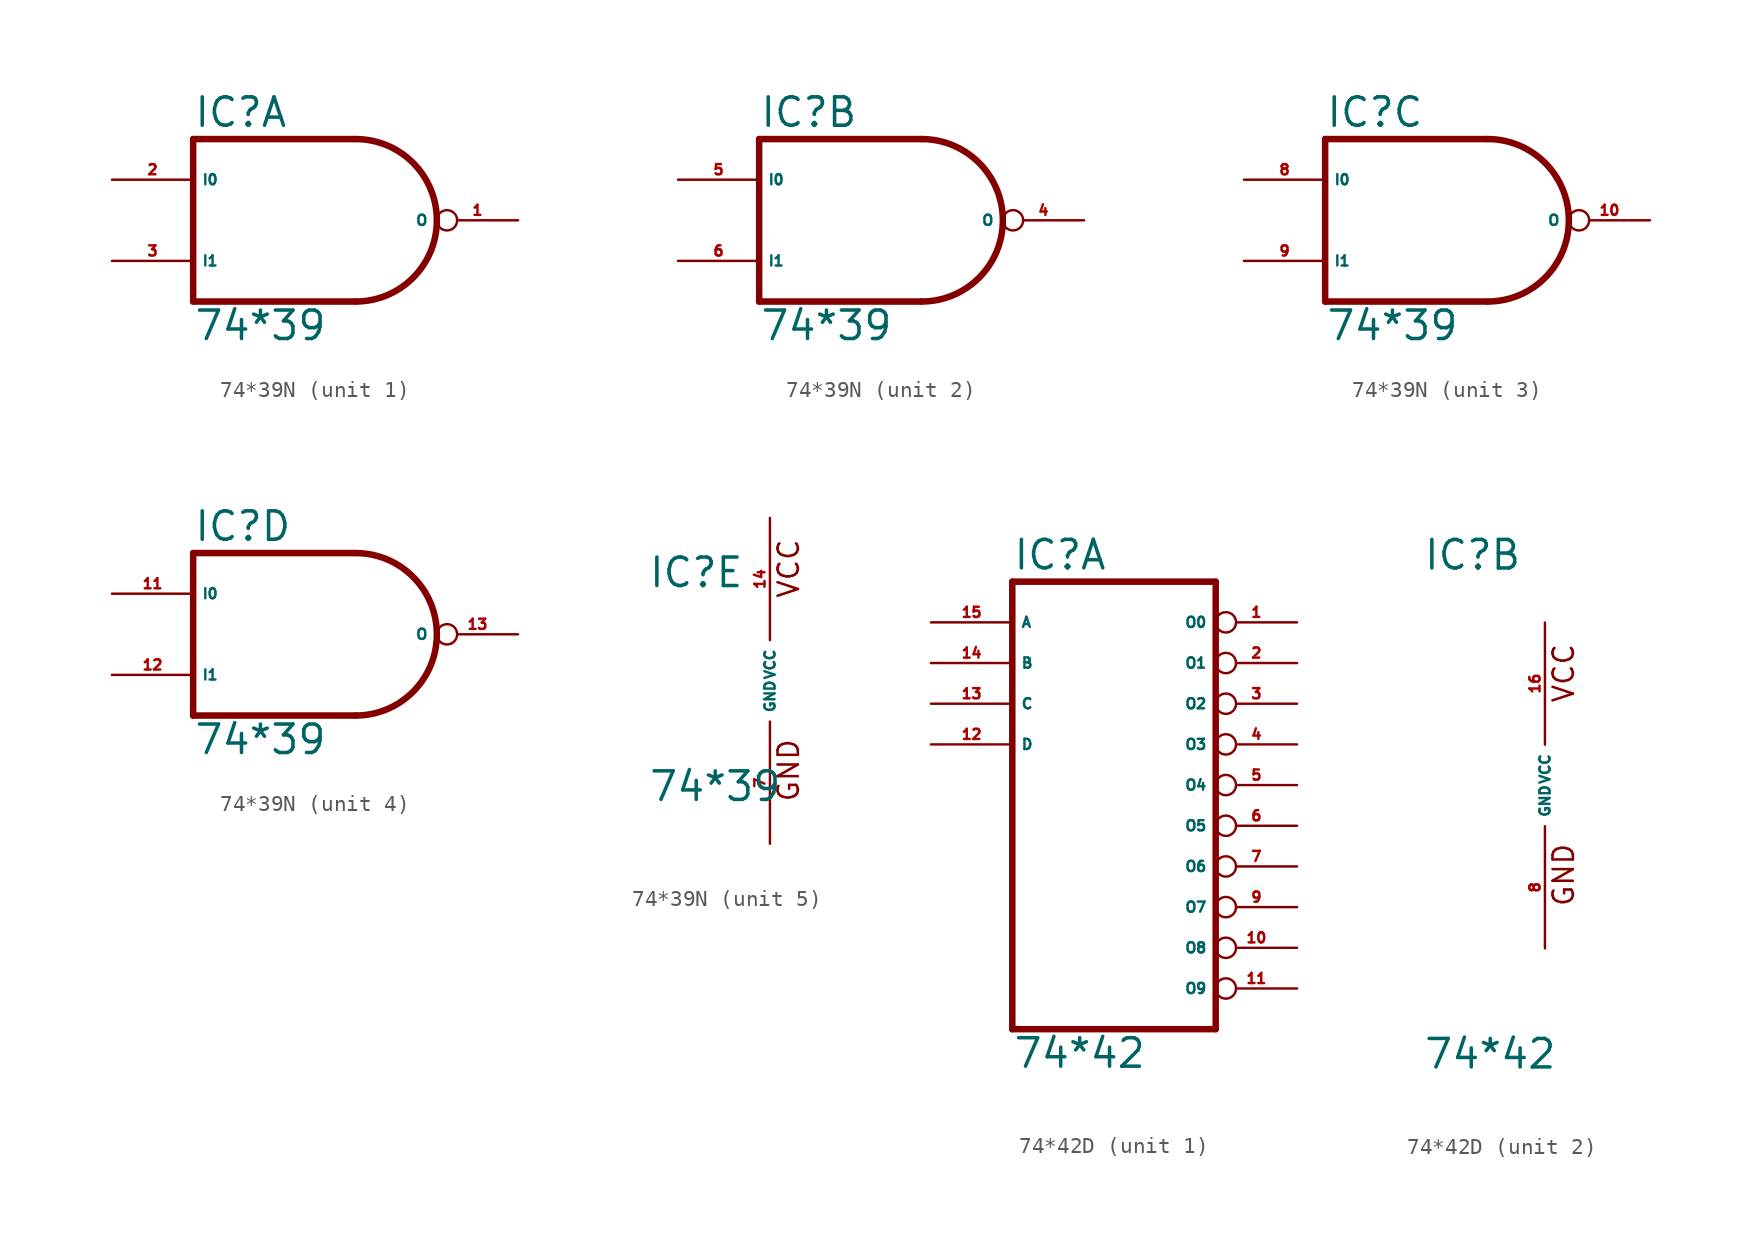
<source format=kicad_sym>
(kicad_symbol_lib
  (version 20220914)
  (generator Eagle2Kicad)
  (symbol "74*39N"
    (property "Reference" "IC"
      (at -7.62 5.715 0)
      (effects (font (size 1.778 1.778) (thickness 0.22)) (justify left bottom)))
    (property "Value" "74*39"
      (at -7.62 -7.62 0)
      (effects (font (size 1.778 1.778) (thickness 0.22)) (justify left bottom)))
    (symbol "74*39N_1_0"
      (polyline (pts (xy 2.54 5.08) (xy -7.62 5.08)) (stroke (width 0.406) (type default)) (fill (type none)))
      (polyline (pts (xy -7.62 5.08) (xy -7.62 -5.08)) (stroke (width 0.406) (type default)) (fill (type none)))
      (polyline (pts (xy -7.62 -5.08) (xy 2.54 -5.08)) (stroke (width 0.406) (type default)) (fill (type none)))
      (arc (start 2.54 -5.08) (mid 7.620 0.000) (end 2.54 5.08) (stroke (width 0.4064) (type default)) (fill (type none)))
      (pin open_collector inverted (at 12.7 0 180) (length 5.08) (name "O" (effects (font (size 0.635 0.635) (thickness 0.08)) (justify left bottom))) (number "1" (effects (font (size 0.635 0.635) (thickness 0.08)) (justify left bottom))))
      (pin input line (at -12.7 2.54 0) (length 5.08) (name "I0" (effects (font (size 0.635 0.635) (thickness 0.08)) (justify left bottom))) (number "2" (effects (font (size 0.635 0.635) (thickness 0.08)) (justify left bottom))))
      (pin input line (at -12.7 -2.54 0) (length 5.08) (name "I1" (effects (font (size 0.635 0.635) (thickness 0.08)) (justify left bottom))) (number "3" (effects (font (size 0.635 0.635) (thickness 0.08)) (justify left bottom)))))
    (symbol "74*39N_2_0"
      (polyline (pts (xy 2.54 5.08) (xy -7.62 5.08)) (stroke (width 0.406) (type default)) (fill (type none)))
      (polyline (pts (xy -7.62 5.08) (xy -7.62 -5.08)) (stroke (width 0.406) (type default)) (fill (type none)))
      (polyline (pts (xy -7.62 -5.08) (xy 2.54 -5.08)) (stroke (width 0.406) (type default)) (fill (type none)))
      (arc (start 2.54 -5.08) (mid 7.620 0.000) (end 2.54 5.08) (stroke (width 0.4064) (type default)) (fill (type none)))
      (pin open_collector inverted (at 12.7 0 180) (length 5.08) (name "O" (effects (font (size 0.635 0.635) (thickness 0.08)) (justify left bottom))) (number "4" (effects (font (size 0.635 0.635) (thickness 0.08)) (justify left bottom))))
      (pin input line (at -12.7 2.54 0) (length 5.08) (name "I0" (effects (font (size 0.635 0.635) (thickness 0.08)) (justify left bottom))) (number "5" (effects (font (size 0.635 0.635) (thickness 0.08)) (justify left bottom))))
      (pin input line (at -12.7 -2.54 0) (length 5.08) (name "I1" (effects (font (size 0.635 0.635) (thickness 0.08)) (justify left bottom))) (number "6" (effects (font (size 0.635 0.635) (thickness 0.08)) (justify left bottom)))))
    (symbol "74*39N_3_0"
      (polyline (pts (xy 2.54 5.08) (xy -7.62 5.08)) (stroke (width 0.406) (type default)) (fill (type none)))
      (polyline (pts (xy -7.62 5.08) (xy -7.62 -5.08)) (stroke (width 0.406) (type default)) (fill (type none)))
      (polyline (pts (xy -7.62 -5.08) (xy 2.54 -5.08)) (stroke (width 0.406) (type default)) (fill (type none)))
      (arc (start 2.54 -5.08) (mid 7.620 0.000) (end 2.54 5.08) (stroke (width 0.4064) (type default)) (fill (type none)))
      (pin open_collector inverted (at 12.7 0 180) (length 5.08) (name "O" (effects (font (size 0.635 0.635) (thickness 0.08)) (justify left bottom))) (number "10" (effects (font (size 0.635 0.635) (thickness 0.08)) (justify left bottom))))
      (pin input line (at -12.7 2.54 0) (length 5.08) (name "I0" (effects (font (size 0.635 0.635) (thickness 0.08)) (justify left bottom))) (number "8" (effects (font (size 0.635 0.635) (thickness 0.08)) (justify left bottom))))
      (pin input line (at -12.7 -2.54 0) (length 5.08) (name "I1" (effects (font (size 0.635 0.635) (thickness 0.08)) (justify left bottom))) (number "9" (effects (font (size 0.635 0.635) (thickness 0.08)) (justify left bottom)))))
    (symbol "74*39N_4_0"
      (polyline (pts (xy 2.54 5.08) (xy -7.62 5.08)) (stroke (width 0.406) (type default)) (fill (type none)))
      (polyline (pts (xy -7.62 5.08) (xy -7.62 -5.08)) (stroke (width 0.406) (type default)) (fill (type none)))
      (polyline (pts (xy -7.62 -5.08) (xy 2.54 -5.08)) (stroke (width 0.406) (type default)) (fill (type none)))
      (arc (start 2.54 -5.08) (mid 7.620 0.000) (end 2.54 5.08) (stroke (width 0.4064) (type default)) (fill (type none)))
      (pin open_collector inverted (at 12.7 0 180) (length 5.08) (name "O" (effects (font (size 0.635 0.635) (thickness 0.08)) (justify left bottom))) (number "13" (effects (font (size 0.635 0.635) (thickness 0.08)) (justify left bottom))))
      (pin input line (at -12.7 2.54 0) (length 5.08) (name "I0" (effects (font (size 0.635 0.635) (thickness 0.08)) (justify left bottom))) (number "11" (effects (font (size 0.635 0.635) (thickness 0.08)) (justify left bottom))))
      (pin input line (at -12.7 -2.54 0) (length 5.08) (name "I1" (effects (font (size 0.635 0.635) (thickness 0.08)) (justify left bottom))) (number "12" (effects (font (size 0.635 0.635) (thickness 0.08)) (justify left bottom)))))
    (symbol "74*39N_5_0"
      (text "GND" (at 1.905 -7.62 900) (effects (font (size 1.27 1.27) (thickness 0.16)) (justify left bottom)))
      (text "VCC" (at 1.905 5.08 900) (effects (font (size 1.27 1.27) (thickness 0.16)) (justify left bottom)))
      (pin unspecified line (at 0 -10.16 90) (length 7.62) (name "GND" (effects (font (size 0.635 0.635) (thickness 0.08)) (justify left bottom))) (number "7" (effects (font (size 0.635 0.635) (thickness 0.08)) (justify left bottom))))
      (pin unspecified line (at 0 10.16 270) (length 7.62) (name "VCC" (effects (font (size 0.635 0.635) (thickness 0.08)) (justify left bottom))) (number "14" (effects (font (size 0.635 0.635) (thickness 0.08)) (justify left bottom))))))
  (symbol "74*42D"
    (property "Reference" "IC"
      (at -7.62 13.335 0)
      (effects (font (size 1.778 1.778) (thickness 0.22)) (justify left bottom)))
    (property "Value" "74*42"
      (at -7.62 -17.78 0)
      (effects (font (size 1.778 1.778) (thickness 0.22)) (justify left bottom)))
    (symbol "74*42D_1_0"
      (polyline (pts (xy -7.62 -15.24) (xy 5.08 -15.24)) (stroke (width 0.406) (type default)) (fill (type none)))
      (polyline (pts (xy 5.08 -15.24) (xy 5.08 12.7)) (stroke (width 0.406) (type default)) (fill (type none)))
      (polyline (pts (xy 5.08 12.7) (xy -7.62 12.7)) (stroke (width 0.406) (type default)) (fill (type none)))
      (polyline (pts (xy -7.62 12.7) (xy -7.62 -15.24)) (stroke (width 0.406) (type default)) (fill (type none)))
      (pin output inverted (at 10.16 10.16 180) (length 5.08) (name "O0" (effects (font (size 0.635 0.635) (thickness 0.08)) (justify left bottom))) (number "1" (effects (font (size 0.635 0.635) (thickness 0.08)) (justify left bottom))))
      (pin output inverted (at 10.16 7.62 180) (length 5.08) (name "O1" (effects (font (size 0.635 0.635) (thickness 0.08)) (justify left bottom))) (number "2" (effects (font (size 0.635 0.635) (thickness 0.08)) (justify left bottom))))
      (pin output inverted (at 10.16 5.08 180) (length 5.08) (name "O2" (effects (font (size 0.635 0.635) (thickness 0.08)) (justify left bottom))) (number "3" (effects (font (size 0.635 0.635) (thickness 0.08)) (justify left bottom))))
      (pin output inverted (at 10.16 2.54 180) (length 5.08) (name "O3" (effects (font (size 0.635 0.635) (thickness 0.08)) (justify left bottom))) (number "4" (effects (font (size 0.635 0.635) (thickness 0.08)) (justify left bottom))))
      (pin output inverted (at 10.16 0 180) (length 5.08) (name "O4" (effects (font (size 0.635 0.635) (thickness 0.08)) (justify left bottom))) (number "5" (effects (font (size 0.635 0.635) (thickness 0.08)) (justify left bottom))))
      (pin output inverted (at 10.16 -2.54 180) (length 5.08) (name "O5" (effects (font (size 0.635 0.635) (thickness 0.08)) (justify left bottom))) (number "6" (effects (font (size 0.635 0.635) (thickness 0.08)) (justify left bottom))))
      (pin output inverted (at 10.16 -5.08 180) (length 5.08) (name "O6" (effects (font (size 0.635 0.635) (thickness 0.08)) (justify left bottom))) (number "7" (effects (font (size 0.635 0.635) (thickness 0.08)) (justify left bottom))))
      (pin output inverted (at 10.16 -7.62 180) (length 5.08) (name "O7" (effects (font (size 0.635 0.635) (thickness 0.08)) (justify left bottom))) (number "9" (effects (font (size 0.635 0.635) (thickness 0.08)) (justify left bottom))))
      (pin output inverted (at 10.16 -10.16 180) (length 5.08) (name "O8" (effects (font (size 0.635 0.635) (thickness 0.08)) (justify left bottom))) (number "10" (effects (font (size 0.635 0.635) (thickness 0.08)) (justify left bottom))))
      (pin output inverted (at 10.16 -12.7 180) (length 5.08) (name "O9" (effects (font (size 0.635 0.635) (thickness 0.08)) (justify left bottom))) (number "11" (effects (font (size 0.635 0.635) (thickness 0.08)) (justify left bottom))))
      (pin input line (at -12.7 2.54 0) (length 5.08) (name "D" (effects (font (size 0.635 0.635) (thickness 0.08)) (justify left bottom))) (number "12" (effects (font (size 0.635 0.635) (thickness 0.08)) (justify left bottom))))
      (pin input line (at -12.7 5.08 0) (length 5.08) (name "C" (effects (font (size 0.635 0.635) (thickness 0.08)) (justify left bottom))) (number "13" (effects (font (size 0.635 0.635) (thickness 0.08)) (justify left bottom))))
      (pin input line (at -12.7 7.62 0) (length 5.08) (name "B" (effects (font (size 0.635 0.635) (thickness 0.08)) (justify left bottom))) (number "14" (effects (font (size 0.635 0.635) (thickness 0.08)) (justify left bottom))))
      (pin input line (at -12.7 10.16 0) (length 5.08) (name "A" (effects (font (size 0.635 0.635) (thickness 0.08)) (justify left bottom))) (number "15" (effects (font (size 0.635 0.635) (thickness 0.08)) (justify left bottom)))))
    (symbol "74*42D_2_0"
      (text "GND" (at 1.905 -7.62 900) (effects (font (size 1.27 1.27) (thickness 0.16)) (justify left bottom)))
      (text "VCC" (at 1.905 5.08 900) (effects (font (size 1.27 1.27) (thickness 0.16)) (justify left bottom)))
      (pin unspecified line (at 0 -10.16 90) (length 7.62) (name "GND" (effects (font (size 0.635 0.635) (thickness 0.08)) (justify left bottom))) (number "8" (effects (font (size 0.635 0.635) (thickness 0.08)) (justify left bottom))))
      (pin unspecified line (at 0 10.16 270) (length 7.62) (name "VCC" (effects (font (size 0.635 0.635) (thickness 0.08)) (justify left bottom))) (number "16" (effects (font (size 0.635 0.635) (thickness 0.08)) (justify left bottom)))))))
</source>
